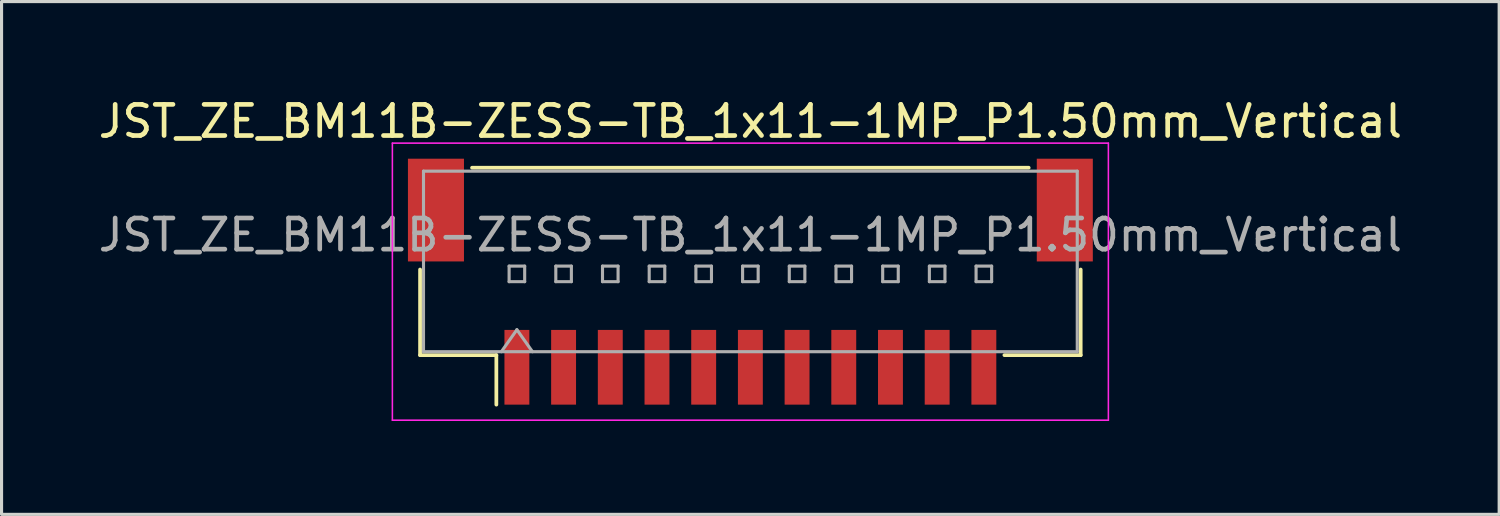
<source format=kicad_pcb>
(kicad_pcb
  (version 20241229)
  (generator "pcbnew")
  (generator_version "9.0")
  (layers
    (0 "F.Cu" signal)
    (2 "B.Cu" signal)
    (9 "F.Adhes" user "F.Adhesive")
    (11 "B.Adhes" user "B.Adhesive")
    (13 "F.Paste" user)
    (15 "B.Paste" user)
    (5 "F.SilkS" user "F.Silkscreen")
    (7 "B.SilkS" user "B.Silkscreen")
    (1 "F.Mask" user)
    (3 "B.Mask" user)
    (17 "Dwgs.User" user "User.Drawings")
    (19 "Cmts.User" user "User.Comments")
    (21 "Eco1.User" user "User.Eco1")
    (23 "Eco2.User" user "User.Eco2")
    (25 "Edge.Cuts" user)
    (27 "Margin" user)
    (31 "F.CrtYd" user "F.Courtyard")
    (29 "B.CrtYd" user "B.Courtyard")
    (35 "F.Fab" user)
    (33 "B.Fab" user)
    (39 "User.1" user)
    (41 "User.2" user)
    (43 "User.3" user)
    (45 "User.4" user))
  (footprint "JST_ZE_BM11B-ZESS-TB_1x11-1MP_P1.50mm_Vertical"
    (layer "F.Cu")
    (at 21.054 5.998)
    (property "Reference" "JST_ZE_BM11B-ZESS-TB_1x11-1MP_P1.50mm_Vertical" (at 0 -5.15 0) (layer "F.SilkS") (effects (font (size 1 1) (thickness 0.15))))
    (attr smd)
    (fp_line (start -10.61 -0.39) (end -10.61 2.36) (stroke (width 0.12) (type solid)) (layer "F.SilkS"))
    (fp_line (start -10.61 2.36) (end -8.16 2.36) (stroke (width 0.12) (type solid)) (layer "F.SilkS"))
    (fp_line (start -8.94 -3.66) (end 8.94 -3.66) (stroke (width 0.12) (type solid)) (layer "F.SilkS"))
    (fp_line (start -8.16 2.36) (end -8.16 3.95) (stroke (width 0.12) (type solid)) (layer "F.SilkS"))
    (fp_line (start 10.61 -0.39) (end 10.61 2.36) (stroke (width 0.12) (type solid)) (layer "F.SilkS"))
    (fp_line (start 10.61 2.36) (end 8.16 2.36) (stroke (width 0.12) (type solid)) (layer "F.SilkS"))
    (fp_line (start -11.5 -4.45) (end -11.5 4.45) (stroke (width 0.05) (type solid)) (layer "F.CrtYd"))
    (fp_line (start -11.5 4.45) (end 11.5 4.45) (stroke (width 0.05) (type solid)) (layer "F.CrtYd"))
    (fp_line (start 11.5 -4.45) (end -11.5 -4.45) (stroke (width 0.05) (type solid)) (layer "F.CrtYd"))
    (fp_line (start 11.5 4.45) (end 11.5 -4.45) (stroke (width 0.05) (type solid)) (layer "F.CrtYd"))
    (fp_line (start -10.5 -3.55) (end 10.5 -3.55) (stroke (width 0.1) (type solid)) (layer "F.Fab"))
    (fp_line (start -10.5 2.25) (end -10.5 -3.55) (stroke (width 0.1) (type solid)) (layer "F.Fab"))
    (fp_line (start -10.5 2.25) (end 10.5 2.25) (stroke (width 0.1) (type solid)) (layer "F.Fab"))
    (fp_line (start -8 2.25) (end -7.5 1.543) (stroke (width 0.1) (type solid)) (layer "F.Fab"))
    (fp_line (start -7.75 -0.5) (end -7.75 0) (stroke (width 0.1) (type solid)) (layer "F.Fab"))
    (fp_line (start -7.75 0) (end -7.25 0) (stroke (width 0.1) (type solid)) (layer "F.Fab"))
    (fp_line (start -7.5 1.543) (end -7 2.25) (stroke (width 0.1) (type solid)) (layer "F.Fab"))
    (fp_line (start -7.25 -0.5) (end -7.75 -0.5) (stroke (width 0.1) (type solid)) (layer "F.Fab"))
    (fp_line (start -7.25 0) (end -7.25 -0.5) (stroke (width 0.1) (type solid)) (layer "F.Fab"))
    (fp_line (start -6.25 -0.5) (end -6.25 0) (stroke (width 0.1) (type solid)) (layer "F.Fab"))
    (fp_line (start -6.25 0) (end -5.75 0) (stroke (width 0.1) (type solid)) (layer "F.Fab"))
    (fp_line (start -5.75 -0.5) (end -6.25 -0.5) (stroke (width 0.1) (type solid)) (layer "F.Fab"))
    (fp_line (start -5.75 0) (end -5.75 -0.5) (stroke (width 0.1) (type solid)) (layer "F.Fab"))
    (fp_line (start -4.75 -0.5) (end -4.75 0) (stroke (width 0.1) (type solid)) (layer "F.Fab"))
    (fp_line (start -4.75 0) (end -4.25 0) (stroke (width 0.1) (type solid)) (layer "F.Fab"))
    (fp_line (start -4.25 -0.5) (end -4.75 -0.5) (stroke (width 0.1) (type solid)) (layer "F.Fab"))
    (fp_line (start -4.25 0) (end -4.25 -0.5) (stroke (width 0.1) (type solid)) (layer "F.Fab"))
    (fp_line (start -3.25 -0.5) (end -3.25 0) (stroke (width 0.1) (type solid)) (layer "F.Fab"))
    (fp_line (start -3.25 0) (end -2.75 0) (stroke (width 0.1) (type solid)) (layer "F.Fab"))
    (fp_line (start -2.75 -0.5) (end -3.25 -0.5) (stroke (width 0.1) (type solid)) (layer "F.Fab"))
    (fp_line (start -2.75 0) (end -2.75 -0.5) (stroke (width 0.1) (type solid)) (layer "F.Fab"))
    (fp_line (start -1.75 -0.5) (end -1.75 0) (stroke (width 0.1) (type solid)) (layer "F.Fab"))
    (fp_line (start -1.75 0) (end -1.25 0) (stroke (width 0.1) (type solid)) (layer "F.Fab"))
    (fp_line (start -1.25 -0.5) (end -1.75 -0.5) (stroke (width 0.1) (type solid)) (layer "F.Fab"))
    (fp_line (start -1.25 0) (end -1.25 -0.5) (stroke (width 0.1) (type solid)) (layer "F.Fab"))
    (fp_line (start -0.25 -0.5) (end -0.25 0) (stroke (width 0.1) (type solid)) (layer "F.Fab"))
    (fp_line (start -0.25 0) (end 0.25 0) (stroke (width 0.1) (type solid)) (layer "F.Fab"))
    (fp_line (start 0.25 -0.5) (end -0.25 -0.5) (stroke (width 0.1) (type solid)) (layer "F.Fab"))
    (fp_line (start 0.25 0) (end 0.25 -0.5) (stroke (width 0.1) (type solid)) (layer "F.Fab"))
    (fp_line (start 1.25 -0.5) (end 1.25 0) (stroke (width 0.1) (type solid)) (layer "F.Fab"))
    (fp_line (start 1.25 0) (end 1.75 0) (stroke (width 0.1) (type solid)) (layer "F.Fab"))
    (fp_line (start 1.75 -0.5) (end 1.25 -0.5) (stroke (width 0.1) (type solid)) (layer "F.Fab"))
    (fp_line (start 1.75 0) (end 1.75 -0.5) (stroke (width 0.1) (type solid)) (layer "F.Fab"))
    (fp_line (start 2.75 -0.5) (end 2.75 0) (stroke (width 0.1) (type solid)) (layer "F.Fab"))
    (fp_line (start 2.75 0) (end 3.25 0) (stroke (width 0.1) (type solid)) (layer "F.Fab"))
    (fp_line (start 3.25 -0.5) (end 2.75 -0.5) (stroke (width 0.1) (type solid)) (layer "F.Fab"))
    (fp_line (start 3.25 0) (end 3.25 -0.5) (stroke (width 0.1) (type solid)) (layer "F.Fab"))
    (fp_line (start 4.25 -0.5) (end 4.25 0) (stroke (width 0.1) (type solid)) (layer "F.Fab"))
    (fp_line (start 4.25 0) (end 4.75 0) (stroke (width 0.1) (type solid)) (layer "F.Fab"))
    (fp_line (start 4.75 -0.5) (end 4.25 -0.5) (stroke (width 0.1) (type solid)) (layer "F.Fab"))
    (fp_line (start 4.75 0) (end 4.75 -0.5) (stroke (width 0.1) (type solid)) (layer "F.Fab"))
    (fp_line (start 5.75 -0.5) (end 5.75 0) (stroke (width 0.1) (type solid)) (layer "F.Fab"))
    (fp_line (start 5.75 0) (end 6.25 0) (stroke (width 0.1) (type solid)) (layer "F.Fab"))
    (fp_line (start 6.25 -0.5) (end 5.75 -0.5) (stroke (width 0.1) (type solid)) (layer "F.Fab"))
    (fp_line (start 6.25 0) (end 6.25 -0.5) (stroke (width 0.1) (type solid)) (layer "F.Fab"))
    (fp_line (start 7.25 -0.5) (end 7.25 0) (stroke (width 0.1) (type solid)) (layer "F.Fab"))
    (fp_line (start 7.25 0) (end 7.75 0) (stroke (width 0.1) (type solid)) (layer "F.Fab"))
    (fp_line (start 7.75 -0.5) (end 7.25 -0.5) (stroke (width 0.1) (type solid)) (layer "F.Fab"))
    (fp_line (start 7.75 0) (end 7.75 -0.5) (stroke (width 0.1) (type solid)) (layer "F.Fab"))
    (fp_line (start 10.5 2.25) (end 10.5 -3.55) (stroke (width 0.1) (type solid)) (layer "F.Fab"))
    (fp_text user "${REFERENCE}" (at 0 -1.5 0) (layer "F.Fab") (effects (font (size 1 1) (thickness 0.15))))
    (pad "1" smd rect (at -7.5 2.75) (size 0.8 2.4) (layers "F.Cu" "F.Mask" "F.Paste"))
    (pad "2" smd rect (at -6 2.75) (size 0.8 2.4) (layers "F.Cu" "F.Mask" "F.Paste"))
    (pad "3" smd rect (at -4.5 2.75) (size 0.8 2.4) (layers "F.Cu" "F.Mask" "F.Paste"))
    (pad "4" smd rect (at -3 2.75) (size 0.8 2.4) (layers "F.Cu" "F.Mask" "F.Paste"))
    (pad "5" smd rect (at -1.5 2.75) (size 0.8 2.4) (layers "F.Cu" "F.Mask" "F.Paste"))
    (pad "6" smd rect (at 0 2.75) (size 0.8 2.4) (layers "F.Cu" "F.Mask" "F.Paste"))
    (pad "7" smd rect (at 1.5 2.75) (size 0.8 2.4) (layers "F.Cu" "F.Mask" "F.Paste"))
    (pad "8" smd rect (at 3 2.75) (size 0.8 2.4) (layers "F.Cu" "F.Mask" "F.Paste"))
    (pad "9" smd rect (at 4.5 2.75) (size 0.8 2.4) (layers "F.Cu" "F.Mask" "F.Paste"))
    (pad "10" smd rect (at 6 2.75) (size 0.8 2.4) (layers "F.Cu" "F.Mask" "F.Paste"))
    (pad "11" smd rect (at 7.5 2.75) (size 0.8 2.4) (layers "F.Cu" "F.Mask" "F.Paste"))
    (pad "MP" smd rect (at -10.1 -2.3) (size 1.8 3.3) (layers "F.Cu" "F.Mask" "F.Paste"))
    (pad "MP" smd rect (at 10.1 -2.3) (size 1.8 3.3) (layers "F.Cu" "F.Mask" "F.Paste")))
  (gr_rect
    (start -3 -3)
    (end 45.107 13.473)
    (stroke (width 0.1) (type default))
    (fill no)
    (layer "Edge.Cuts")))
</source>
